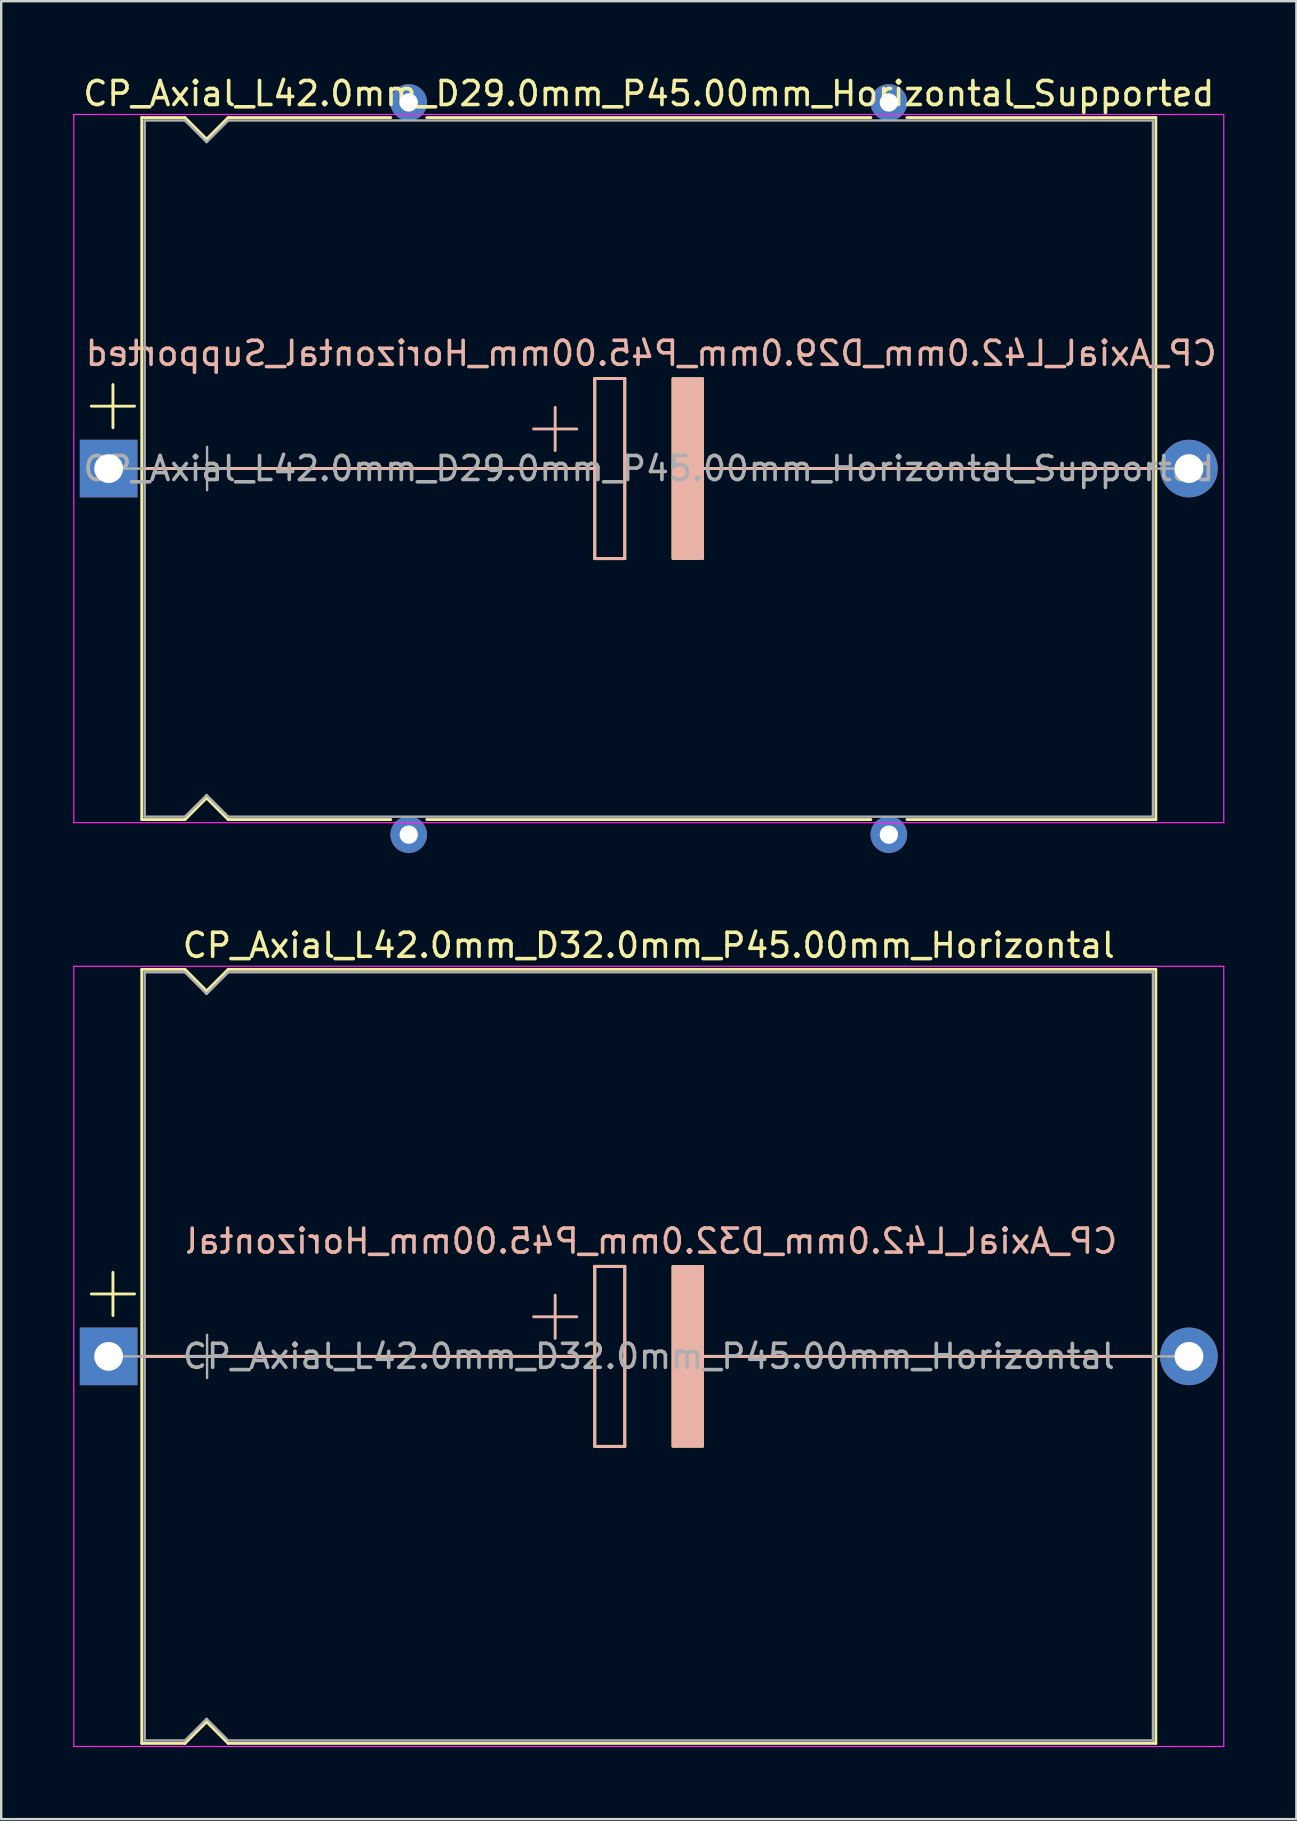
<source format=kicad_pcb>
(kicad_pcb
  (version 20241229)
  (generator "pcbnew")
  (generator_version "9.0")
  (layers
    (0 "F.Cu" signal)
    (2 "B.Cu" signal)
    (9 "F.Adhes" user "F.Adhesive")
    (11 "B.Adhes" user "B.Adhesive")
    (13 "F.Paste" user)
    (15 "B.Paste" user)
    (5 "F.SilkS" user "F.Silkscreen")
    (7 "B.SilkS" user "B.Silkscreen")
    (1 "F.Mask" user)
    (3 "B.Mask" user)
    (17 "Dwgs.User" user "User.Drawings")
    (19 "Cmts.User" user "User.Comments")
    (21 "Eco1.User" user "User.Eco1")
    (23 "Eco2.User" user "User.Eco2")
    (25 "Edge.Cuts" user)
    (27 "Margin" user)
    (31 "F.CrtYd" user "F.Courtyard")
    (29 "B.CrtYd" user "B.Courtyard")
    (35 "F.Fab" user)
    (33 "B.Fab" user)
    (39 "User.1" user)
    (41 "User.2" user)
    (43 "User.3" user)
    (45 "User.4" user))
  (footprint "CP_Axial_L42.0mm_D29.0mm_P45.00mm_Horizontal_Supported"
    (layer "F.Cu")
    (at 1.475 16.468)
    (property "Reference" "CP_Axial_L42.0mm_D29.0mm_P45.00mm_Horizontal_Supported" (at 22.5 -15.62 0) (layer "F.SilkS") (effects (font (size 1 1) (thickness 0.15))))
    (fp_line (start -0.72 -2.6) (end 1.08 -2.6) (stroke (width 0.12) (type solid)) (layer "F.SilkS"))
    (fp_line (start 0.18 -3.5) (end 0.18 -1.7) (stroke (width 0.12) (type solid)) (layer "F.SilkS"))
    (fp_line (start 1.38 -14.62) (end 1.38 14.62) (stroke (width 0.12) (type solid)) (layer "F.SilkS"))
    (fp_line (start 1.38 -14.62) (end 3.18 -14.62) (stroke (width 0.12) (type solid)) (layer "F.SilkS"))
    (fp_line (start 1.38 14.62) (end 3.18 14.62) (stroke (width 0.12) (type solid)) (layer "F.SilkS"))
    (fp_line (start 1.397 0) (end 20.25 0) (stroke (width 0.12) (type solid)) (layer "F.SilkS"))
    (fp_line (start 3.18 -14.62) (end 4.08 -13.72) (stroke (width 0.12) (type solid)) (layer "F.SilkS"))
    (fp_line (start 3.18 14.62) (end 4.08 13.72) (stroke (width 0.12) (type solid)) (layer "F.SilkS"))
    (fp_line (start 4.08 -13.72) (end 4.98 -14.62) (stroke (width 0.12) (type solid)) (layer "F.SilkS"))
    (fp_line (start 4.08 13.72) (end 4.98 14.62) (stroke (width 0.12) (type solid)) (layer "F.SilkS"))
    (fp_line (start 4.98 -14.62) (end 11.75 -14.62) (stroke (width 0.12) (type solid)) (layer "F.SilkS"))
    (fp_line (start 4.98 14.62) (end 11.75 14.62) (stroke (width 0.12) (type solid)) (layer "F.SilkS"))
    (fp_line (start 13.25 -14.62) (end 31.75 -14.62) (stroke (width 0.12) (type solid)) (layer "F.SilkS"))
    (fp_line (start 13.25 14.62) (end 31.75 14.62) (stroke (width 0.12) (type solid)) (layer "F.SilkS"))
    (fp_line (start 20.25 -3.75) (end 21.5 -3.75) (stroke (width 0.12) (type solid)) (layer "F.SilkS"))
    (fp_line (start 20.25 0) (end 20.25 -3.75) (stroke (width 0.12) (type solid)) (layer "F.SilkS"))
    (fp_line (start 20.25 3.75) (end 20.25 0) (stroke (width 0.12) (type solid)) (layer "F.SilkS"))
    (fp_line (start 21.5 -3.75) (end 21.5 3.75) (stroke (width 0.12) (type solid)) (layer "F.SilkS"))
    (fp_line (start 21.5 3.75) (end 20.25 3.75) (stroke (width 0.12) (type solid)) (layer "F.SilkS"))
    (fp_line (start 24.75 0) (end 43.561 0) (stroke (width 0.12) (type solid)) (layer "F.SilkS"))
    (fp_line (start 33.25 -14.62) (end 43.62 -14.62) (stroke (width 0.12) (type solid)) (layer "F.SilkS"))
    (fp_line (start 33.25 14.62) (end 43.62 14.62) (stroke (width 0.12) (type solid)) (layer "F.SilkS"))
    (fp_line (start 43.62 -14.62) (end 43.62 14.62) (stroke (width 0.12) (type solid)) (layer "F.SilkS"))
    (fp_poly (pts (xy 24.75 3.75) (xy 23.5 3.75) (xy 23.5 -3.75) (xy 24.75 -3.75)) (stroke (width 0.1) (type solid)) (fill yes) (layer "F.SilkS"))
    (fp_line (start 1.4 0) (end 13.38 0) (stroke (width 0.12) (type solid)) (layer "B.SilkS"))
    (fp_line (start 13.38 0) (end 20.25 0) (stroke (width 0.12) (type solid)) (layer "B.SilkS"))
    (fp_line (start 18.6 -2.55) (end 18.6 -0.75) (stroke (width 0.12) (type solid)) (layer "B.SilkS"))
    (fp_line (start 19.5 -1.65) (end 17.7 -1.65) (stroke (width 0.12) (type solid)) (layer "B.SilkS"))
    (fp_line (start 20.25 -3.75) (end 21.5 -3.75) (stroke (width 0.12) (type solid)) (layer "B.SilkS"))
    (fp_line (start 20.25 0) (end 20.25 -3.75) (stroke (width 0.12) (type solid)) (layer "B.SilkS"))
    (fp_line (start 20.25 3.75) (end 20.25 0) (stroke (width 0.12) (type solid)) (layer "B.SilkS"))
    (fp_line (start 21.5 -3.75) (end 21.5 3.75) (stroke (width 0.12) (type solid)) (layer "B.SilkS"))
    (fp_line (start 21.5 3.75) (end 20.25 3.75) (stroke (width 0.12) (type solid)) (layer "B.SilkS"))
    (fp_line (start 24.75 0) (end 31.62 0) (stroke (width 0.12) (type solid)) (layer "B.SilkS"))
    (fp_line (start 43.6 0) (end 31.62 0) (stroke (width 0.12) (type solid)) (layer "B.SilkS"))
    (fp_poly (pts (xy 24.75 3.75) (xy 23.5 3.75) (xy 23.5 -3.75) (xy 24.75 -3.75)) (stroke (width 0.1) (type solid)) (fill yes) (layer "B.SilkS"))
    (fp_line (start -1.45 -14.75) (end -1.45 14.75) (stroke (width 0.05) (type solid)) (layer "F.CrtYd"))
    (fp_line (start -1.45 14.75) (end 46.45 14.75) (stroke (width 0.05) (type solid)) (layer "F.CrtYd"))
    (fp_line (start 46.45 -14.75) (end -1.45 -14.75) (stroke (width 0.05) (type solid)) (layer "F.CrtYd"))
    (fp_line (start 46.45 14.75) (end 46.45 -14.75) (stroke (width 0.05) (type solid)) (layer "F.CrtYd"))
    (fp_line (start 0 0) (end 1.5 0) (stroke (width 0.1) (type solid)) (layer "F.Fab"))
    (fp_line (start 1.5 -14.5) (end 1.5 14.5) (stroke (width 0.1) (type solid)) (layer "F.Fab"))
    (fp_line (start 1.5 -14.5) (end 3.18 -14.5) (stroke (width 0.1) (type solid)) (layer "F.Fab"))
    (fp_line (start 1.5 14.5) (end 3.18 14.5) (stroke (width 0.1) (type solid)) (layer "F.Fab"))
    (fp_line (start 3.18 -14.5) (end 4.08 -13.6) (stroke (width 0.1) (type solid)) (layer "F.Fab"))
    (fp_line (start 3.18 14.5) (end 4.08 13.6) (stroke (width 0.1) (type solid)) (layer "F.Fab"))
    (fp_line (start 3.2 0) (end 5 0) (stroke (width 0.1) (type solid)) (layer "F.Fab"))
    (fp_line (start 4.08 -13.6) (end 4.98 -14.5) (stroke (width 0.1) (type solid)) (layer "F.Fab"))
    (fp_line (start 4.08 13.6) (end 4.98 14.5) (stroke (width 0.1) (type solid)) (layer "F.Fab"))
    (fp_line (start 4.1 -0.9) (end 4.1 0.9) (stroke (width 0.1) (type solid)) (layer "F.Fab"))
    (fp_line (start 4.98 -14.5) (end 43.5 -14.5) (stroke (width 0.1) (type solid)) (layer "F.Fab"))
    (fp_line (start 4.98 14.5) (end 43.5 14.5) (stroke (width 0.1) (type solid)) (layer "F.Fab"))
    (fp_line (start 43.5 -14.5) (end 43.5 14.5) (stroke (width 0.1) (type solid)) (layer "F.Fab"))
    (fp_line (start 45 0) (end 43.5 0) (stroke (width 0.1) (type solid)) (layer "F.Fab"))
    (fp_text user "${REFERENCE}" (at 22.6 -4.8 0) (layer "B.SilkS") (effects (font (size 1 1) (thickness 0.15)) (justify mirror)))
    (fp_text user "${REFERENCE}" (at 22.5 0 0) (layer "F.Fab") (effects (font (size 1 1) (thickness 0.15))))
    (pad "" thru_hole circle (at 12.5 -15.25) (size 1.524 1.524) (drill 0.762) (layers "*.Cu" "*.Mask"))
    (pad "" thru_hole circle (at 12.5 15.25) (size 1.524 1.524) (drill 0.762) (layers "*.Cu" "*.Mask"))
    (pad "" thru_hole circle (at 32.5 -15.25) (size 1.524 1.524) (drill 0.762) (layers "*.Cu" "*.Mask"))
    (pad "" thru_hole circle (at 32.5 15.25) (size 1.524 1.524) (drill 0.762) (layers "*.Cu" "*.Mask"))
    (pad "1" thru_hole rect (at 0 0) (size 2.4 2.4) (drill 1.2) (layers "*.Cu" "*.Mask"))
    (pad "2" thru_hole oval (at 45 0) (size 2.4 2.4) (drill 1.2) (layers "*.Cu" "*.Mask")))
  (footprint "CP_Axial_L42.0mm_D32.0mm_P45.00mm_Horizontal"
    (layer "F.Cu")
    (at 1.475 53.449)
    (property "Reference" "CP_Axial_L42.0mm_D32.0mm_P45.00mm_Horizontal" (at 22.5 -17.12 0) (layer "F.SilkS") (effects (font (size 1 1) (thickness 0.15))))
    (fp_line (start -0.72 -2.6) (end 1.08 -2.6) (stroke (width 0.12) (type solid)) (layer "F.SilkS"))
    (fp_line (start 0.18 -3.5) (end 0.18 -1.7) (stroke (width 0.12) (type solid)) (layer "F.SilkS"))
    (fp_line (start 1.38 -16.12) (end 1.38 16.12) (stroke (width 0.12) (type solid)) (layer "F.SilkS"))
    (fp_line (start 1.38 -16.12) (end 3.18 -16.12) (stroke (width 0.12) (type solid)) (layer "F.SilkS"))
    (fp_line (start 1.38 16.12) (end 3.18 16.12) (stroke (width 0.12) (type solid)) (layer "F.SilkS"))
    (fp_line (start 1.397 0) (end 20.25 0) (stroke (width 0.12) (type solid)) (layer "F.SilkS"))
    (fp_line (start 3.18 -16.12) (end 4.08 -15.22) (stroke (width 0.12) (type solid)) (layer "F.SilkS"))
    (fp_line (start 3.18 16.12) (end 4.08 15.22) (stroke (width 0.12) (type solid)) (layer "F.SilkS"))
    (fp_line (start 4.08 -15.22) (end 4.98 -16.12) (stroke (width 0.12) (type solid)) (layer "F.SilkS"))
    (fp_line (start 4.08 15.22) (end 4.98 16.12) (stroke (width 0.12) (type solid)) (layer "F.SilkS"))
    (fp_line (start 4.98 -16.12) (end 43.62 -16.12) (stroke (width 0.12) (type solid)) (layer "F.SilkS"))
    (fp_line (start 4.98 16.12) (end 43.62 16.12) (stroke (width 0.12) (type solid)) (layer "F.SilkS"))
    (fp_line (start 20.25 -3.75) (end 21.5 -3.75) (stroke (width 0.12) (type solid)) (layer "F.SilkS"))
    (fp_line (start 20.25 0) (end 20.25 -3.75) (stroke (width 0.12) (type solid)) (layer "F.SilkS"))
    (fp_line (start 20.25 3.75) (end 20.25 0) (stroke (width 0.12) (type solid)) (layer "F.SilkS"))
    (fp_line (start 21.5 -3.75) (end 21.5 3.75) (stroke (width 0.12) (type solid)) (layer "F.SilkS"))
    (fp_line (start 21.5 3.75) (end 20.25 3.75) (stroke (width 0.12) (type solid)) (layer "F.SilkS"))
    (fp_line (start 24.75 0) (end 43.561 0) (stroke (width 0.12) (type solid)) (layer "F.SilkS"))
    (fp_line (start 43.62 -16.12) (end 43.62 16.12) (stroke (width 0.12) (type solid)) (layer "F.SilkS"))
    (fp_poly (pts (xy 24.75 3.75) (xy 23.5 3.75) (xy 23.5 -3.75) (xy 24.75 -3.75)) (stroke (width 0.1) (type solid)) (fill yes) (layer "F.SilkS"))
    (fp_line (start 1.4 0) (end 13.38 0) (stroke (width 0.12) (type solid)) (layer "B.SilkS"))
    (fp_line (start 13.38 0) (end 20.25 0) (stroke (width 0.12) (type solid)) (layer "B.SilkS"))
    (fp_line (start 18.6 -2.55) (end 18.6 -0.75) (stroke (width 0.12) (type solid)) (layer "B.SilkS"))
    (fp_line (start 19.5 -1.65) (end 17.7 -1.65) (stroke (width 0.12) (type solid)) (layer "B.SilkS"))
    (fp_line (start 20.25 -3.75) (end 21.5 -3.75) (stroke (width 0.12) (type solid)) (layer "B.SilkS"))
    (fp_line (start 20.25 0) (end 20.25 -3.75) (stroke (width 0.12) (type solid)) (layer "B.SilkS"))
    (fp_line (start 20.25 3.75) (end 20.25 0) (stroke (width 0.12) (type solid)) (layer "B.SilkS"))
    (fp_line (start 21.5 -3.75) (end 21.5 3.75) (stroke (width 0.12) (type solid)) (layer "B.SilkS"))
    (fp_line (start 21.5 3.75) (end 20.25 3.75) (stroke (width 0.12) (type solid)) (layer "B.SilkS"))
    (fp_line (start 24.75 0) (end 31.62 0) (stroke (width 0.12) (type solid)) (layer "B.SilkS"))
    (fp_line (start 43.6 0) (end 31.62 0) (stroke (width 0.12) (type solid)) (layer "B.SilkS"))
    (fp_poly (pts (xy 24.75 3.75) (xy 23.5 3.75) (xy 23.5 -3.75) (xy 24.75 -3.75)) (stroke (width 0.1) (type solid)) (fill yes) (layer "B.SilkS"))
    (fp_line (start -1.45 -16.25) (end -1.45 16.25) (stroke (width 0.05) (type solid)) (layer "F.CrtYd"))
    (fp_line (start -1.45 16.25) (end 46.45 16.25) (stroke (width 0.05) (type solid)) (layer "F.CrtYd"))
    (fp_line (start 46.45 -16.25) (end -1.45 -16.25) (stroke (width 0.05) (type solid)) (layer "F.CrtYd"))
    (fp_line (start 46.45 16.25) (end 46.45 -16.25) (stroke (width 0.05) (type solid)) (layer "F.CrtYd"))
    (fp_line (start 0 0) (end 1.5 0) (stroke (width 0.1) (type solid)) (layer "F.Fab"))
    (fp_line (start 1.5 -16) (end 1.5 16) (stroke (width 0.1) (type solid)) (layer "F.Fab"))
    (fp_line (start 1.5 -16) (end 3.18 -16) (stroke (width 0.1) (type solid)) (layer "F.Fab"))
    (fp_line (start 1.5 16) (end 3.18 16) (stroke (width 0.1) (type solid)) (layer "F.Fab"))
    (fp_line (start 3.18 -16) (end 4.08 -15.1) (stroke (width 0.1) (type solid)) (layer "F.Fab"))
    (fp_line (start 3.18 16) (end 4.08 15.1) (stroke (width 0.1) (type solid)) (layer "F.Fab"))
    (fp_line (start 3.2 0) (end 5 0) (stroke (width 0.1) (type solid)) (layer "F.Fab"))
    (fp_line (start 4.08 -15.1) (end 4.98 -16) (stroke (width 0.1) (type solid)) (layer "F.Fab"))
    (fp_line (start 4.08 15.1) (end 4.98 16) (stroke (width 0.1) (type solid)) (layer "F.Fab"))
    (fp_line (start 4.1 -0.9) (end 4.1 0.9) (stroke (width 0.1) (type solid)) (layer "F.Fab"))
    (fp_line (start 4.98 -16) (end 43.5 -16) (stroke (width 0.1) (type solid)) (layer "F.Fab"))
    (fp_line (start 4.98 16) (end 43.5 16) (stroke (width 0.1) (type solid)) (layer "F.Fab"))
    (fp_line (start 43.5 -16) (end 43.5 16) (stroke (width 0.1) (type solid)) (layer "F.Fab"))
    (fp_line (start 45 0) (end 43.5 0) (stroke (width 0.1) (type solid)) (layer "F.Fab"))
    (fp_text user "${REFERENCE}" (at 22.6 -4.8 0) (layer "B.SilkS") (effects (font (size 1 1) (thickness 0.15)) (justify mirror)))
    (fp_text user "${REFERENCE}" (at 22.5 0 0) (layer "F.Fab") (effects (font (size 1 1) (thickness 0.15))))
    (pad "1" thru_hole rect (at 0 0) (size 2.4 2.4) (drill 1.2) (layers "*.Cu" "*.Mask"))
    (pad "2" thru_hole oval (at 45 0) (size 2.4 2.4) (drill 1.2) (layers "*.Cu" "*.Mask")))
  (gr_rect
    (start -3 -3)
    (end 50.95 72.724)
    (stroke (width 0.1) (type default))
    (fill no)
    (layer "Edge.Cuts")))
</source>
